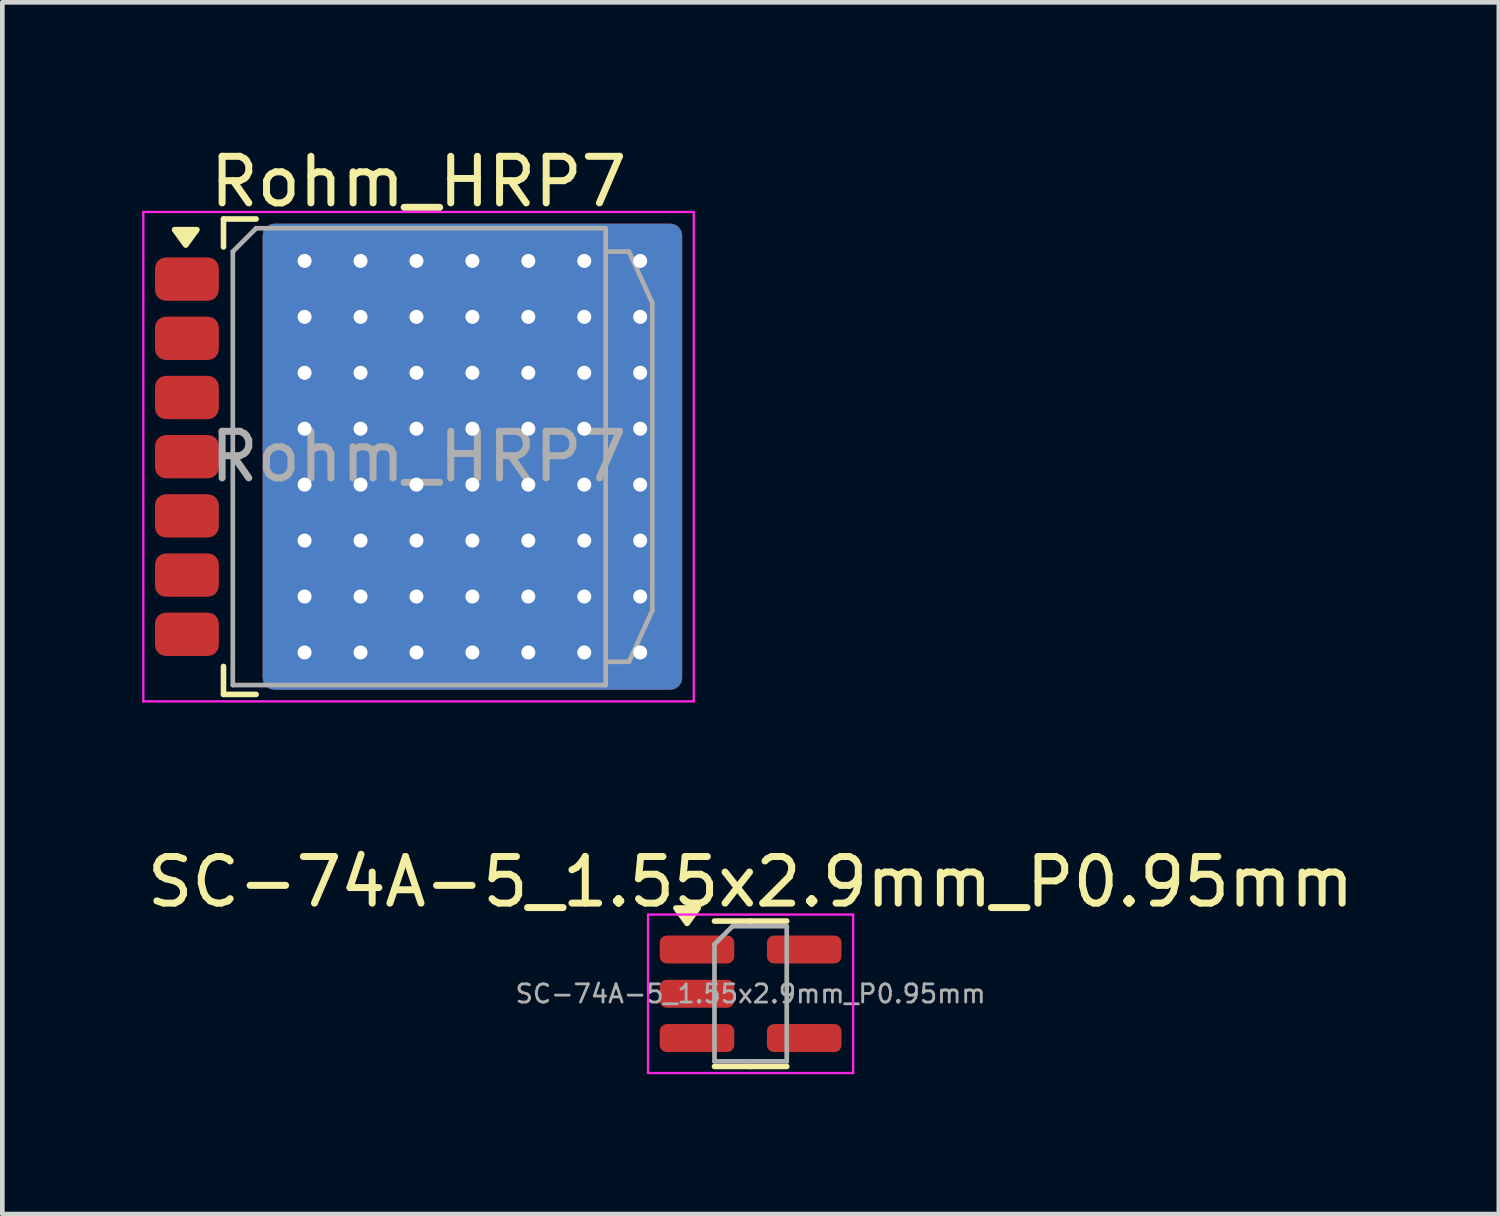
<source format=kicad_pcb>
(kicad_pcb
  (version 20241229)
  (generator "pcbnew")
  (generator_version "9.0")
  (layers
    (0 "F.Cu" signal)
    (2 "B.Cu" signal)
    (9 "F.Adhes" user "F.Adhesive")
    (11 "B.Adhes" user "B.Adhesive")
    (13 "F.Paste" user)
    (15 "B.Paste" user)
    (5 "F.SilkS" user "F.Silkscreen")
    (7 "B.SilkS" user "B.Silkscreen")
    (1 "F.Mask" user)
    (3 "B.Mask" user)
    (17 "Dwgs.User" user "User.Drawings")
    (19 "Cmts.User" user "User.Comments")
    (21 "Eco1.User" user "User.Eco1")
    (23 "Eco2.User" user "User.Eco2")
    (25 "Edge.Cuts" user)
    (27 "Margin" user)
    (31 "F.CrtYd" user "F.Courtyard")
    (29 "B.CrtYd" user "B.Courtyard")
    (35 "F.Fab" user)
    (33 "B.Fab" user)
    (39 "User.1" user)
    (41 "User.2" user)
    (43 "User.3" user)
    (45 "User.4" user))
  (footprint "SC-74A-5_1.55x2.9mm_P0.95mm"
    (layer "F.Cu")
    (at 13.054 18.271)
    (property "Reference" "SC-74A-5_1.55x2.9mm_P0.95mm" (at 0 -2.4 0) (layer "F.SilkS") (effects (font (size 1 1) (thickness 0.15))))
    (attr smd)
    (fp_line (start 0 -1.56) (end -0.775 -1.56) (stroke (width 0.12) (type solid)) (layer "F.SilkS"))
    (fp_line (start 0 -1.56) (end 0.775 -1.56) (stroke (width 0.12) (type solid)) (layer "F.SilkS"))
    (fp_line (start 0 1.56) (end -0.775 1.56) (stroke (width 0.12) (type solid)) (layer "F.SilkS"))
    (fp_line (start 0 1.56) (end 0.775 1.56) (stroke (width 0.12) (type solid)) (layer "F.SilkS"))
    (fp_poly (pts (xy -1.363 -1.51) (xy -1.603 -1.84) (xy -1.123 -1.84) (xy -1.363 -1.51)) (stroke (width 0.12) (type solid)) (fill yes) (layer "F.SilkS"))
    (fp_line (start -2.2 -1.7) (end -2.2 1.7) (stroke (width 0.05) (type solid)) (layer "F.CrtYd"))
    (fp_line (start -2.2 1.7) (end 2.2 1.7) (stroke (width 0.05) (type solid)) (layer "F.CrtYd"))
    (fp_line (start 2.2 -1.7) (end -2.2 -1.7) (stroke (width 0.05) (type solid)) (layer "F.CrtYd"))
    (fp_line (start 2.2 1.7) (end 2.2 -1.7) (stroke (width 0.05) (type solid)) (layer "F.CrtYd"))
    (fp_line (start -0.775 -1.062) (end -0.388 -1.45) (stroke (width 0.1) (type solid)) (layer "F.Fab"))
    (fp_line (start -0.775 1.45) (end -0.775 -1.062) (stroke (width 0.1) (type solid)) (layer "F.Fab"))
    (fp_line (start -0.388 -1.45) (end 0.775 -1.45) (stroke (width 0.1) (type solid)) (layer "F.Fab"))
    (fp_line (start 0.775 -1.45) (end 0.775 1.45) (stroke (width 0.1) (type solid)) (layer "F.Fab"))
    (fp_line (start 0.775 1.45) (end -0.775 1.45) (stroke (width 0.1) (type solid)) (layer "F.Fab"))
    (fp_text user "${REFERENCE}" (at 0 0 0) (layer "F.Fab") (effects (font (size 0.39 0.39) (thickness 0.06))))
    (pad "1" smd roundrect (at -1.15 -0.95) (size 1.6 0.6) (layers "F.Cu" "F.Mask" "F.Paste") (roundrect_rratio 0.25))
    (pad "2" smd roundrect (at -1.15 0) (size 1.6 0.6) (layers "F.Cu" "F.Mask" "F.Paste") (roundrect_rratio 0.25))
    (pad "3" smd roundrect (at -1.15 0.95) (size 1.6 0.6) (layers "F.Cu" "F.Mask" "F.Paste") (roundrect_rratio 0.25))
    (pad "4" smd roundrect (at 1.15 0.95) (size 1.6 0.6) (layers "F.Cu" "F.Mask" "F.Paste") (roundrect_rratio 0.25))
    (pad "5" smd roundrect (at 1.15 -0.95) (size 1.6 0.6) (layers "F.Cu" "F.Mask" "F.Paste") (roundrect_rratio 0.25)))
  (footprint "Rohm_HRP7"
    (layer "F.Cu")
    (at 5.945 6.748)
    (property "Reference" "Rohm_HRP7" (at -0.015 -5.9 0) (layer "F.SilkS") (effects (font (size 1 1) (thickness 0.15))))
    (attr smd)
    (fp_line (start -4.2 -5.1) (end -3.5 -5.1) (stroke (width 0.12) (type solid)) (layer "F.SilkS"))
    (fp_line (start -4.2 -4.5) (end -4.2 -5.1) (stroke (width 0.12) (type solid)) (layer "F.SilkS"))
    (fp_line (start -4.2 5.1) (end -4.2 4.5) (stroke (width 0.12) (type solid)) (layer "F.SilkS"))
    (fp_line (start -3.5 5.1) (end -4.2 5.1) (stroke (width 0.12) (type solid)) (layer "F.SilkS"))
    (fp_poly (pts (xy -5.01 -4.54) (xy -4.77 -4.87) (xy -5.25 -4.87) (xy -5.01 -4.54)) (stroke (width 0.12) (type solid)) (fill yes) (layer "F.SilkS"))
    (fp_line (start -5.92 -5.25) (end -5.92 5.25) (stroke (width 0.05) (type solid)) (layer "F.CrtYd"))
    (fp_line (start -5.92 -5.25) (end 5.89 -5.25) (stroke (width 0.05) (type solid)) (layer "F.CrtYd"))
    (fp_line (start 5.89 5.25) (end -5.92 5.25) (stroke (width 0.05) (type solid)) (layer "F.CrtYd"))
    (fp_line (start 5.89 5.25) (end 5.89 -5.25) (stroke (width 0.05) (type solid)) (layer "F.CrtYd"))
    (fp_line (start -4 -4.4) (end -3.5 -4.9) (stroke (width 0.1) (type solid)) (layer "F.Fab"))
    (fp_line (start -4 4.9) (end -4 -4.4) (stroke (width 0.1) (type solid)) (layer "F.Fab"))
    (fp_line (start -3.5 -4.9) (end 4 -4.9) (stroke (width 0.1) (type solid)) (layer "F.Fab"))
    (fp_line (start 4 -4.9) (end 4 4.9) (stroke (width 0.1) (type solid)) (layer "F.Fab"))
    (fp_line (start 4 -4.4) (end 4.5 -4.4) (stroke (width 0.1) (type solid)) (layer "F.Fab"))
    (fp_line (start 4 4.9) (end -4 4.9) (stroke (width 0.1) (type solid)) (layer "F.Fab"))
    (fp_line (start 4.5 -4.4) (end 5 -3.3) (stroke (width 0.1) (type solid)) (layer "F.Fab"))
    (fp_line (start 4.5 4.4) (end 4 4.4) (stroke (width 0.1) (type solid)) (layer "F.Fab"))
    (fp_line (start 5 -3.3) (end 5 3.3) (stroke (width 0.1) (type solid)) (layer "F.Fab"))
    (fp_line (start 5 3.3) (end 4.5 4.4) (stroke (width 0.1) (type solid)) (layer "F.Fab"))
    (fp_text user "${REFERENCE}" (at -0.015 0 0) (layer "F.Fab") (effects (font (size 1 1) (thickness 0.15))))
    (pad "" smd roundrect (at -1.11 -2.5) (size 4 4.5) (layers "F.Paste") (roundrect_rratio 0.062))
    (pad "" smd roundrect (at -1.11 2.5) (size 4 4.5) (layers "F.Paste") (roundrect_rratio 0.062))
    (pad "" smd roundrect (at 3.39 -2.5) (size 4 4.5) (layers "F.Paste") (roundrect_rratio 0.062))
    (pad "" smd roundrect (at 3.39 2.5) (size 4 4.5) (layers "F.Paste") (roundrect_rratio 0.062))
    (pad "1" smd roundrect (at -4.985 -3.81) (size 1.37 0.93) (layers "F.Cu" "F.Mask" "F.Paste") (roundrect_rratio 0.25))
    (pad "2" smd roundrect (at -4.985 -2.54) (size 1.37 0.93) (layers "F.Cu" "F.Mask" "F.Paste") (roundrect_rratio 0.25))
    (pad "3" smd roundrect (at -4.985 -1.27) (size 1.37 0.93) (layers "F.Cu" "F.Mask" "F.Paste") (roundrect_rratio 0.25))
    (pad "4" smd roundrect (at -4.985 0) (size 1.37 0.93) (layers "F.Cu" "F.Mask" "F.Paste") (roundrect_rratio 0.25))
    (pad "4" thru_hole circle (at -2.46 -4.2) (size 0.6 0.6) (drill 0.3) (layers "*.Cu"))
    (pad "4" thru_hole circle (at -2.46 -3) (size 0.6 0.6) (drill 0.3) (layers "*.Cu"))
    (pad "4" thru_hole circle (at -2.46 -1.8) (size 0.6 0.6) (drill 0.3) (layers "*.Cu"))
    (pad "4" thru_hole circle (at -2.46 -0.6) (size 0.6 0.6) (drill 0.3) (layers "*.Cu"))
    (pad "4" thru_hole circle (at -2.46 0.6) (size 0.6 0.6) (drill 0.3) (layers "*.Cu"))
    (pad "4" thru_hole circle (at -2.46 1.8) (size 0.6 0.6) (drill 0.3) (layers "*.Cu"))
    (pad "4" thru_hole circle (at -2.46 3) (size 0.6 0.6) (drill 0.3) (layers "*.Cu"))
    (pad "4" thru_hole circle (at -2.46 4.2) (size 0.6 0.6) (drill 0.3) (layers "*.Cu"))
    (pad "4" thru_hole circle (at -1.26 -4.2) (size 0.6 0.6) (drill 0.3) (layers "*.Cu"))
    (pad "4" thru_hole circle (at -1.26 -3) (size 0.6 0.6) (drill 0.3) (layers "*.Cu"))
    (pad "4" thru_hole circle (at -1.26 -1.8) (size 0.6 0.6) (drill 0.3) (layers "*.Cu"))
    (pad "4" thru_hole circle (at -1.26 -0.6) (size 0.6 0.6) (drill 0.3) (layers "*.Cu"))
    (pad "4" thru_hole circle (at -1.26 0.6) (size 0.6 0.6) (drill 0.3) (layers "*.Cu"))
    (pad "4" thru_hole circle (at -1.26 1.8) (size 0.6 0.6) (drill 0.3) (layers "*.Cu"))
    (pad "4" thru_hole circle (at -1.26 3) (size 0.6 0.6) (drill 0.3) (layers "*.Cu"))
    (pad "4" thru_hole circle (at -1.26 4.2) (size 0.6 0.6) (drill 0.3) (layers "*.Cu"))
    (pad "4" thru_hole circle (at -0.06 -4.2) (size 0.6 0.6) (drill 0.3) (layers "*.Cu"))
    (pad "4" thru_hole circle (at -0.06 -3) (size 0.6 0.6) (drill 0.3) (layers "*.Cu"))
    (pad "4" thru_hole circle (at -0.06 -1.8) (size 0.6 0.6) (drill 0.3) (layers "*.Cu"))
    (pad "4" thru_hole circle (at -0.06 -0.6) (size 0.6 0.6) (drill 0.3) (layers "*.Cu"))
    (pad "4" thru_hole circle (at -0.06 0.6) (size 0.6 0.6) (drill 0.3) (layers "*.Cu"))
    (pad "4" thru_hole circle (at -0.06 1.8) (size 0.6 0.6) (drill 0.3) (layers "*.Cu"))
    (pad "4" thru_hole circle (at -0.06 3) (size 0.6 0.6) (drill 0.3) (layers "*.Cu"))
    (pad "4" thru_hole circle (at -0.06 4.2) (size 0.6 0.6) (drill 0.3) (layers "*.Cu"))
    (pad "4" thru_hole circle (at 1.14 -4.2) (size 0.6 0.6) (drill 0.3) (layers "*.Cu"))
    (pad "4" thru_hole circle (at 1.14 -3) (size 0.6 0.6) (drill 0.3) (layers "*.Cu"))
    (pad "4" thru_hole circle (at 1.14 -1.8) (size 0.6 0.6) (drill 0.3) (layers "*.Cu"))
    (pad "4" thru_hole circle (at 1.14 -0.6) (size 0.6 0.6) (drill 0.3) (layers "*.Cu"))
    (pad "4" smd roundrect (at 1.14 0) (size 9 10) (layers "F.Cu" "F.Mask") (roundrect_rratio 0.028))
    (pad "4" smd roundrect (at 1.14 0) (size 9 10) (layers "B.Cu") (roundrect_rratio 0.028))
    (pad "4" thru_hole circle (at 1.14 0.6) (size 0.6 0.6) (drill 0.3) (layers "*.Cu"))
    (pad "4" thru_hole circle (at 1.14 1.8) (size 0.6 0.6) (drill 0.3) (layers "*.Cu"))
    (pad "4" thru_hole circle (at 1.14 3) (size 0.6 0.6) (drill 0.3) (layers "*.Cu"))
    (pad "4" thru_hole circle (at 1.14 4.2) (size 0.6 0.6) (drill 0.3) (layers "*.Cu"))
    (pad "4" thru_hole circle (at 2.34 -4.2) (size 0.6 0.6) (drill 0.3) (layers "*.Cu"))
    (pad "4" thru_hole circle (at 2.34 -3) (size 0.6 0.6) (drill 0.3) (layers "*.Cu"))
    (pad "4" thru_hole circle (at 2.34 -1.8) (size 0.6 0.6) (drill 0.3) (layers "*.Cu"))
    (pad "4" thru_hole circle (at 2.34 -0.6) (size 0.6 0.6) (drill 0.3) (layers "*.Cu"))
    (pad "4" thru_hole circle (at 2.34 0.6) (size 0.6 0.6) (drill 0.3) (layers "*.Cu"))
    (pad "4" thru_hole circle (at 2.34 1.8) (size 0.6 0.6) (drill 0.3) (layers "*.Cu"))
    (pad "4" thru_hole circle (at 2.34 3) (size 0.6 0.6) (drill 0.3) (layers "*.Cu"))
    (pad "4" thru_hole circle (at 2.34 4.2) (size 0.6 0.6) (drill 0.3) (layers "*.Cu"))
    (pad "4" thru_hole circle (at 3.54 -4.2) (size 0.6 0.6) (drill 0.3) (layers "*.Cu"))
    (pad "4" thru_hole circle (at 3.54 -3) (size 0.6 0.6) (drill 0.3) (layers "*.Cu"))
    (pad "4" thru_hole circle (at 3.54 -1.8) (size 0.6 0.6) (drill 0.3) (layers "*.Cu"))
    (pad "4" thru_hole circle (at 3.54 -0.6) (size 0.6 0.6) (drill 0.3) (layers "*.Cu"))
    (pad "4" thru_hole circle (at 3.54 0.6) (size 0.6 0.6) (drill 0.3) (layers "*.Cu"))
    (pad "4" thru_hole circle (at 3.54 1.8) (size 0.6 0.6) (drill 0.3) (layers "*.Cu"))
    (pad "4" thru_hole circle (at 3.54 3) (size 0.6 0.6) (drill 0.3) (layers "*.Cu"))
    (pad "4" thru_hole circle (at 3.54 4.2) (size 0.6 0.6) (drill 0.3) (layers "*.Cu"))
    (pad "4" thru_hole circle (at 4.74 -4.2) (size 0.6 0.6) (drill 0.3) (layers "*.Cu"))
    (pad "4" thru_hole circle (at 4.74 -3) (size 0.6 0.6) (drill 0.3) (layers "*.Cu"))
    (pad "4" thru_hole circle (at 4.74 -1.8) (size 0.6 0.6) (drill 0.3) (layers "*.Cu"))
    (pad "4" thru_hole circle (at 4.74 -0.6) (size 0.6 0.6) (drill 0.3) (layers "*.Cu"))
    (pad "4" thru_hole circle (at 4.74 0.6) (size 0.6 0.6) (drill 0.3) (layers "*.Cu"))
    (pad "4" thru_hole circle (at 4.74 1.8) (size 0.6 0.6) (drill 0.3) (layers "*.Cu"))
    (pad "4" thru_hole circle (at 4.74 3) (size 0.6 0.6) (drill 0.3) (layers "*.Cu"))
    (pad "4" thru_hole circle (at 4.74 4.2) (size 0.6 0.6) (drill 0.3) (layers "*.Cu"))
    (pad "5" smd roundrect (at -4.985 1.27) (size 1.37 0.93) (layers "F.Cu" "F.Mask" "F.Paste") (roundrect_rratio 0.25))
    (pad "6" smd roundrect (at -4.985 2.54) (size 1.37 0.93) (layers "F.Cu" "F.Mask" "F.Paste") (roundrect_rratio 0.25))
    (pad "7" smd roundrect (at -4.985 3.81) (size 1.37 0.93) (layers "F.Cu" "F.Mask" "F.Paste") (roundrect_rratio 0.25)))
  (gr_rect
    (start -3 -3)
    (end 29.107 22.997)
    (stroke (width 0.1) (type default))
    (fill no)
    (layer "Edge.Cuts")))
</source>
